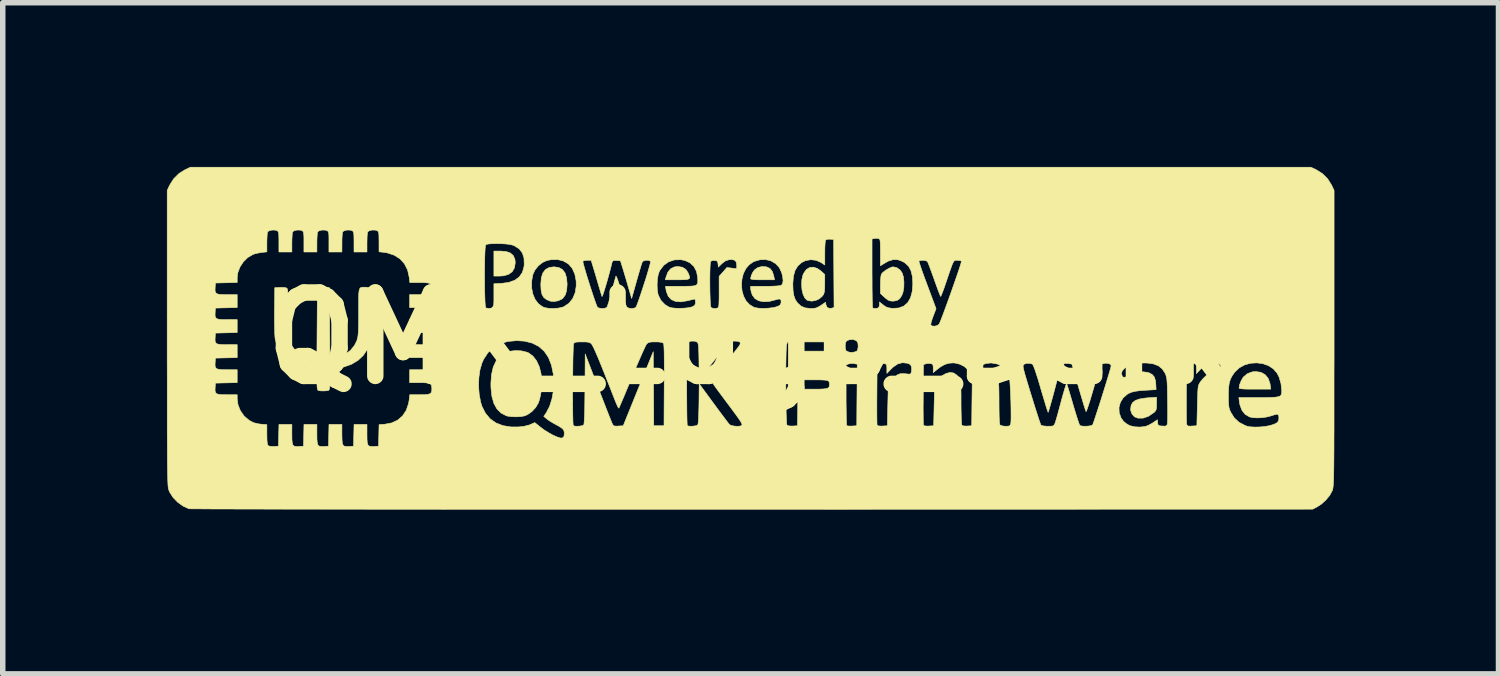
<source format=kicad_pcb>
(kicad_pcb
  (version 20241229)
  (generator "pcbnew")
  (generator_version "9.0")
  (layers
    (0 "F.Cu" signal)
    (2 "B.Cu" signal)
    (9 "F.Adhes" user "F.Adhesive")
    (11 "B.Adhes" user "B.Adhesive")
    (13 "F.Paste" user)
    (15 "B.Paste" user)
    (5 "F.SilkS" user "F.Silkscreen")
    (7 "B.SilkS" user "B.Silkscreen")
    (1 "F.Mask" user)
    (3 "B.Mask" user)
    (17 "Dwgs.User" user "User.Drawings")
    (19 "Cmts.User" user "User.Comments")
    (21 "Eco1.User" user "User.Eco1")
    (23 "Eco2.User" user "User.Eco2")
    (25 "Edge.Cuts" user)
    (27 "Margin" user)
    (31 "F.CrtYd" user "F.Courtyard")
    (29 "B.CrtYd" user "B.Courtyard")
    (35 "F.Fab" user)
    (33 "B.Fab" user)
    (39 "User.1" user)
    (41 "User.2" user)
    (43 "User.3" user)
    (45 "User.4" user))
  (footprint "QMK_Logo_Dark"
    (layer "F.Cu")
    (at 10.665 3.129)
    (property "Reference" "QMK_Logo_Dark" (at 0 0 0) (layer "F.SilkS") (effects (font (size 1.524 1.524) (thickness 0.3))))
    (attr through_hole)
    (fp_poly (pts (xy -4.465 -1.583) (xy -4.387 -1.554) (xy -4.334 -1.506) (xy -4.306 -1.436) (xy -4.301 -1.377) (xy -4.315 -1.286) (xy -4.355 -1.216) (xy -4.421 -1.167) (xy -4.512 -1.14) (xy -4.585 -1.135) (xy -4.691 -1.135) (xy -4.691 -1.592) (xy -4.571 -1.592) (xy -4.465 -1.583)) (stroke (width 0.01) (type solid)) (fill yes) (layer "F.SilkS"))
    (fp_poly (pts (xy -1.246 -1.296) (xy -1.182 -1.255) (xy -1.142 -1.193) (xy -1.122 -1.144) (xy -1.114 -1.11) (xy -1.122 -1.088) (xy -1.149 -1.075) (xy -1.199 -1.069) (xy -1.277 -1.067) (xy -1.338 -1.067) (xy -1.559 -1.067) (xy -1.547 -1.113) (xy -1.513 -1.205) (xy -1.462 -1.268) (xy -1.393 -1.302) (xy -1.329 -1.31) (xy -1.246 -1.296)) (stroke (width 0.01) (type solid)) (fill yes) (layer "F.SilkS"))
    (fp_poly (pts (xy 0.291 -1.303) (xy 0.292 -1.303) (xy 0.355 -1.272) (xy 0.398 -1.216) (xy 0.423 -1.134) (xy 0.436 -1.067) (xy 0.218 -1.067) (xy 0.126 -1.067) (xy 0.063 -1.07) (xy 0.025 -1.074) (xy 0.005 -1.081) (xy 0 -1.091) (xy 0.011 -1.143) (xy 0.038 -1.202) (xy 0.072 -1.249) (xy 0.133 -1.291) (xy 0.21 -1.31) (xy 0.291 -1.303)) (stroke (width 0.01) (type solid)) (fill yes) (layer "F.SilkS"))
    (fp_poly (pts (xy 7.417 1.198) (xy 7.416 1.262) (xy 7.41 1.302) (xy 7.398 1.329) (xy 7.374 1.354) (xy 7.364 1.362) (xy 7.266 1.428) (xy 7.168 1.461) (xy 7.075 1.461) (xy 7.013 1.436) (xy 6.968 1.386) (xy 6.944 1.32) (xy 6.943 1.297) (xy 6.951 1.229) (xy 6.979 1.176) (xy 7.029 1.138) (xy 7.105 1.111) (xy 7.21 1.094) (xy 7.264 1.089) (xy 7.417 1.079) (xy 7.417 1.198)) (stroke (width 0.01) (type solid)) (fill yes) (layer "F.SilkS"))
    (fp_poly (pts (xy 9.324 0.624) (xy 9.4 0.666) (xy 9.456 0.734) (xy 9.489 0.827) (xy 9.493 0.853) (xy 9.504 0.931) (xy 9.214 0.931) (xy 9.103 0.931) (xy 9.021 0.929) (xy 8.967 0.925) (xy 8.936 0.92) (xy 8.924 0.912) (xy 8.924 0.91) (xy 8.934 0.85) (xy 8.961 0.781) (xy 8.996 0.72) (xy 9.004 0.709) (xy 9.077 0.648) (xy 9.167 0.615) (xy 9.23 0.61) (xy 9.324 0.624)) (stroke (width 0.01) (type solid)) (fill yes) (layer "F.SilkS"))
    (fp_poly (pts (xy -3.505 -1.291) (xy -3.438 -1.254) (xy -3.39 -1.19) (xy -3.362 -1.099) (xy -3.353 -0.985) (xy -3.361 -0.876) (xy -3.385 -0.793) (xy -3.428 -0.733) (xy -3.452 -0.713) (xy -3.518 -0.683) (xy -3.594 -0.67) (xy -3.659 -0.676) (xy -3.73 -0.705) (xy -3.781 -0.745) (xy -3.813 -0.801) (xy -3.829 -0.879) (xy -3.834 -0.982) (xy -3.825 -1.1) (xy -3.797 -1.191) (xy -3.749 -1.254) (xy -3.681 -1.292) (xy -3.593 -1.304) (xy -3.505 -1.291)) (stroke (width 0.01) (type solid)) (fill yes) (layer "F.SilkS"))
    (fp_poly (pts (xy 1.222 -1.273) (xy 1.288 -1.225) (xy 1.355 -1.164) (xy 1.354 -0.993) (xy 1.353 -0.906) (xy 1.347 -0.845) (xy 1.334 -0.802) (xy 1.31 -0.768) (xy 1.273 -0.735) (xy 1.251 -0.718) (xy 1.189 -0.689) (xy 1.118 -0.677) (xy 1.051 -0.686) (xy 1.027 -0.697) (xy 0.988 -0.737) (xy 0.958 -0.802) (xy 0.938 -0.884) (xy 0.931 -0.974) (xy 0.935 -1.065) (xy 0.953 -1.147) (xy 0.969 -1.186) (xy 1.018 -1.255) (xy 1.079 -1.292) (xy 1.148 -1.298) (xy 1.222 -1.273)) (stroke (width 0.01) (type solid)) (fill yes) (layer "F.SilkS"))
    (fp_poly (pts (xy 2.672 -1.288) (xy 2.732 -1.244) (xy 2.769 -1.19) (xy 2.792 -1.117) (xy 2.801 -1.025) (xy 2.799 -0.929) (xy 2.784 -0.84) (xy 2.763 -0.784) (xy 2.725 -0.724) (xy 2.68 -0.691) (xy 2.62 -0.678) (xy 2.592 -0.677) (xy 2.546 -0.682) (xy 2.507 -0.698) (xy 2.461 -0.734) (xy 2.446 -0.747) (xy 2.371 -0.817) (xy 2.371 -0.977) (xy 2.373 -1.051) (xy 2.378 -1.115) (xy 2.385 -1.159) (xy 2.389 -1.171) (xy 2.418 -1.204) (xy 2.467 -1.241) (xy 2.523 -1.275) (xy 2.575 -1.298) (xy 2.603 -1.304) (xy 2.672 -1.288)) (stroke (width 0.01) (type solid)) (fill yes) (layer "F.SilkS"))
    (fp_poly (pts (xy -4.186 0.232) (xy -4.089 0.256) (xy -4.061 0.267) (xy -3.979 0.326) (xy -3.912 0.412) (xy -3.861 0.522) (xy -3.829 0.65) (xy -3.816 0.794) (xy -3.824 0.95) (xy -3.825 0.961) (xy -3.839 1.04) (xy -3.857 1.119) (xy -3.878 1.181) (xy -3.88 1.186) (xy -3.928 1.267) (xy -3.996 1.34) (xy -4.073 1.395) (xy -4.128 1.419) (xy -4.197 1.432) (xy -4.282 1.437) (xy -4.368 1.434) (xy -4.441 1.424) (xy -4.466 1.417) (xy -4.561 1.367) (xy -4.636 1.292) (xy -4.691 1.192) (xy -4.727 1.066) (xy -4.744 0.912) (xy -4.746 0.83) (xy -4.735 0.667) (xy -4.703 0.528) (xy -4.65 0.414) (xy -4.577 0.326) (xy -4.493 0.269) (xy -4.401 0.239) (xy -4.295 0.226) (xy -4.186 0.232)) (stroke (width 0.01) (type solid)) (fill yes) (layer "F.SilkS"))
    (fp_poly (pts (xy -7.028 -0.931) (xy -6.965 -0.925) (xy -6.928 -0.908) (xy -6.926 -0.906) (xy -6.918 -0.88) (xy -6.913 -0.826) (xy -6.91 -0.748) (xy -6.909 -0.654) (xy -6.91 -0.547) (xy -6.912 -0.434) (xy -6.916 -0.319) (xy -6.921 -0.209) (xy -6.927 -0.109) (xy -6.934 -0.024) (xy -6.942 0.041) (xy -6.95 0.075) (xy -7.005 0.207) (xy -7.078 0.316) (xy -7.173 0.405) (xy -7.29 0.475) (xy -7.434 0.527) (xy -7.606 0.565) (xy -7.624 0.568) (xy -7.688 0.577) (xy -7.688 0.761) (xy -7.689 0.844) (xy -7.691 0.9) (xy -7.697 0.933) (xy -7.707 0.95) (xy -7.715 0.955) (xy -7.751 0.961) (xy -7.805 0.964) (xy -7.86 0.962) (xy -7.9 0.955) (xy -7.904 0.954) (xy -7.914 0.938) (xy -7.921 0.896) (xy -7.924 0.827) (xy -7.925 0.761) (xy -7.925 0.577) (xy -7.988 0.568) (xy -8.133 0.543) (xy -8.249 0.515) (xy -8.344 0.48) (xy -8.423 0.436) (xy -8.492 0.381) (xy -8.514 0.36) (xy -8.593 0.259) (xy -8.654 0.135) (xy -8.687 0.014) (xy -8.692 -0.029) (xy -8.696 -0.101) (xy -8.698 -0.194) (xy -8.7 -0.304) (xy -8.7 -0.424) (xy -8.7 -0.501) (xy -8.695 -0.923) (xy -8.596 -0.928) (xy -8.533 -0.928) (xy -8.488 -0.92) (xy -8.474 -0.913) (xy -8.466 -0.901) (xy -8.46 -0.877) (xy -8.456 -0.837) (xy -8.453 -0.777) (xy -8.451 -0.694) (xy -8.45 -0.584) (xy -8.45 -0.464) (xy -8.449 -0.314) (xy -8.447 -0.194) (xy -8.443 -0.098) (xy -8.436 -0.022) (xy -8.425 0.037) (xy -8.409 0.086) (xy -8.389 0.128) (xy -8.362 0.167) (xy -8.345 0.19) (xy -8.28 0.25) (xy -8.192 0.301) (xy -8.093 0.337) (xy -8.02 0.351) (xy -7.925 0.36) (xy -7.916 -0.923) (xy -7.696 -0.923) (xy -7.692 -0.284) (xy -7.687 0.356) (xy -7.631 0.356) (xy -7.516 0.339) (xy -7.408 0.294) (xy -7.313 0.224) (xy -7.239 0.134) (xy -7.196 0.047) (xy -7.186 0.014) (xy -7.178 -0.021) (xy -7.172 -0.062) (xy -7.168 -0.114) (xy -7.165 -0.183) (xy -7.164 -0.272) (xy -7.163 -0.388) (xy -7.163 -0.48) (xy -7.163 -0.616) (xy -7.163 -0.721) (xy -7.161 -0.8) (xy -7.156 -0.856) (xy -7.147 -0.894) (xy -7.134 -0.917) (xy -7.114 -0.928) (xy -7.087 -0.932) (xy -7.052 -0.932) (xy -7.028 -0.931)) (stroke (width 0.01) (type solid)) (fill yes) (layer "F.SilkS"))
    (fp_poly (pts (xy 10.332 -3.079) (xy 10.447 -3.007) (xy 10.544 -2.91) (xy 10.615 -2.797) (xy 10.66 -2.701) (xy 10.66 0) (xy 10.66 0.354) (xy 10.659 0.676) (xy 10.659 0.967) (xy 10.659 1.229) (xy 10.659 1.464) (xy 10.659 1.672) (xy 10.658 1.857) (xy 10.658 2.019) (xy 10.657 2.159) (xy 10.656 2.28) (xy 10.655 2.384) (xy 10.653 2.471) (xy 10.652 2.543) (xy 10.65 2.602) (xy 10.648 2.649) (xy 10.645 2.687) (xy 10.642 2.716) (xy 10.639 2.739) (xy 10.636 2.757) (xy 10.632 2.771) (xy 10.628 2.783) (xy 10.627 2.785) (xy 10.581 2.871) (xy 10.511 2.956) (xy 10.428 3.032) (xy 10.355 3.079) (xy 10.27 3.124) (xy 0.025 3.127) (xy -0.562 3.127) (xy -1.142 3.127) (xy -1.712 3.127) (xy -2.273 3.127) (xy -2.822 3.127) (xy -3.359 3.127) (xy -3.883 3.127) (xy -4.393 3.127) (xy -4.888 3.127) (xy -5.368 3.127) (xy -5.831 3.126) (xy -6.276 3.126) (xy -6.703 3.126) (xy -7.111 3.125) (xy -7.498 3.125) (xy -7.864 3.124) (xy -8.207 3.124) (xy -8.528 3.124) (xy -8.824 3.123) (xy -9.095 3.122) (xy -9.341 3.122) (xy -9.559 3.121) (xy -9.75 3.121) (xy -9.912 3.12) (xy -10.045 3.119) (xy -10.146 3.119) (xy -10.217 3.118) (xy -10.255 3.117) (xy -10.262 3.117) (xy -10.369 3.069) (xy -10.469 2.997) (xy -10.554 2.909) (xy -10.616 2.811) (xy -10.627 2.785) (xy -10.631 2.773) (xy -10.635 2.76) (xy -10.639 2.743) (xy -10.642 2.722) (xy -10.645 2.694) (xy -10.647 2.658) (xy -10.649 2.613) (xy -10.651 2.556) (xy -10.653 2.487) (xy -10.654 2.403) (xy -10.656 2.304) (xy -10.657 2.186) (xy -10.657 2.05) (xy -10.658 1.893) (xy -10.659 1.714) (xy -10.659 1.51) (xy -10.659 1.281) (xy -10.659 1.025) (xy -10.659 0.74) (xy -10.66 0.425) (xy -10.66 0.078) (xy -10.66 -0.873) (xy -9.786 -0.873) (xy -9.778 -0.837) (xy -9.758 -0.815) (xy -9.718 -0.802) (xy -9.655 -0.797) (xy -9.565 -0.796) (xy -9.381 -0.796) (xy -9.381 -0.56) (xy -9.779 -0.55) (xy -9.784 -0.469) (xy -9.786 -0.416) (xy -9.778 -0.38) (xy -9.758 -0.358) (xy -9.718 -0.345) (xy -9.655 -0.34) (xy -9.565 -0.339) (xy -9.381 -0.339) (xy -9.381 -0.103) (xy -9.779 -0.093) (xy -9.784 -0.011) (xy -9.786 0.041) (xy -9.778 0.077) (xy -9.758 0.1) (xy -9.718 0.112) (xy -9.655 0.117) (xy -9.565 0.119) (xy -9.381 0.119) (xy -9.381 0.355) (xy -9.779 0.364) (xy -9.784 0.446) (xy -9.786 0.498) (xy -9.778 0.534) (xy -9.758 0.557) (xy -9.718 0.569) (xy -9.655 0.575) (xy -9.565 0.576) (xy -9.381 0.576) (xy -9.381 0.812) (xy -9.779 0.821) (xy -9.784 0.903) (xy -9.786 0.955) (xy -9.778 0.991) (xy -9.758 1.014) (xy -9.718 1.027) (xy -9.655 1.032) (xy -9.565 1.033) (xy -9.381 1.033) (xy -9.381 1.108) (xy -9.366 1.217) (xy -9.324 1.323) (xy -9.26 1.415) (xy -9.242 1.434) (xy -9.161 1.502) (xy -9.081 1.544) (xy -8.989 1.566) (xy -8.946 1.571) (xy -8.839 1.579) (xy -8.839 1.76) (xy -8.837 1.859) (xy -8.831 1.925) (xy -8.82 1.959) (xy -8.818 1.962) (xy -8.787 1.974) (xy -8.732 1.978) (xy -8.712 1.978) (xy -8.628 1.973) (xy -8.618 1.575) (xy -8.382 1.575) (xy -8.382 1.759) (xy -8.381 1.85) (xy -8.375 1.913) (xy -8.363 1.952) (xy -8.34 1.972) (xy -8.303 1.979) (xy -8.252 1.978) (xy -8.17 1.973) (xy -8.161 1.575) (xy -7.925 1.575) (xy -7.925 1.759) (xy -7.924 1.85) (xy -7.918 1.913) (xy -7.906 1.952) (xy -7.883 1.972) (xy -7.846 1.979) (xy -7.795 1.978) (xy -7.713 1.973) (xy -7.704 1.575) (xy -7.468 1.575) (xy -7.468 1.759) (xy -7.466 1.85) (xy -7.461 1.913) (xy -7.448 1.952) (xy -7.425 1.972) (xy -7.389 1.979) (xy -7.338 1.978) (xy -7.256 1.973) (xy -7.246 1.575) (xy -7.01 1.575) (xy -7.01 1.759) (xy -7.009 1.85) (xy -7.004 1.913) (xy -6.991 1.952) (xy -6.968 1.972) (xy -6.932 1.979) (xy -6.88 1.978) (xy -6.799 1.973) (xy -6.794 1.776) (xy -6.789 1.579) (xy -6.684 1.572) (xy -6.558 1.548) (xy -6.449 1.497) (xy -6.36 1.42) (xy -6.293 1.319) (xy -6.251 1.196) (xy -6.239 1.13) (xy -6.228 1.033) (xy -6.044 1.033) (xy -5.954 1.032) (xy -5.893 1.026) (xy -5.855 1.013) (xy -5.834 0.991) (xy -5.826 0.956) (xy -5.825 0.923) (xy -5.828 0.878) (xy -4.971 0.878) (xy -4.959 1.031) (xy -4.932 1.172) (xy -4.909 1.246) (xy -4.845 1.372) (xy -4.76 1.473) (xy -4.652 1.549) (xy -4.524 1.598) (xy -4.375 1.622) (xy -4.244 1.622) (xy -4.136 1.609) (xy -4.048 1.587) (xy -4.024 1.577) (xy -3.944 1.542) (xy -3.841 1.625) (xy -3.77 1.678) (xy -3.691 1.727) (xy -3.612 1.771) (xy -3.54 1.803) (xy -3.482 1.822) (xy -3.454 1.825) (xy -3.421 1.813) (xy -3.408 1.78) (xy -3.407 1.772) (xy -3.405 1.719) (xy -3.416 1.679) (xy -3.447 1.645) (xy -3.501 1.61) (xy -3.543 1.587) (xy -3.61 1.55) (xy -3.673 1.512) (xy -3.719 1.48) (xy -3.723 1.476) (xy -3.78 1.429) (xy -3.736 1.365) (xy -3.675 1.25) (xy -3.631 1.112) (xy -3.611 1.002) (xy -3.252 1.002) (xy -3.252 1.135) (xy -3.251 1.259) (xy -3.25 1.37) (xy -3.248 1.464) (xy -3.246 1.536) (xy -3.243 1.582) (xy -3.24 1.597) (xy -3.213 1.607) (xy -3.166 1.609) (xy -3.114 1.605) (xy -3.071 1.597) (xy -3.05 1.586) (xy -3.045 1.564) (xy -3.04 1.513) (xy -3.036 1.431) (xy -3.032 1.318) (xy -3.03 1.174) (xy -3.028 0.996) (xy -3.027 0.926) (xy -3.023 0.288) (xy -2.787 0.902) (xy -2.734 1.04) (xy -2.683 1.17) (xy -2.638 1.287) (xy -2.598 1.389) (xy -2.565 1.471) (xy -2.542 1.529) (xy -2.529 1.561) (xy -2.528 1.563) (xy -2.511 1.591) (xy -2.49 1.604) (xy -2.453 1.607) (xy -2.416 1.605) (xy -2.328 1.6) (xy -2.054 0.923) (xy -1.779 0.246) (xy -1.774 0.923) (xy -1.77 1.6) (xy -1.583 1.6) (xy -1.579 0.857) (xy -1.579 0.813) (xy -1.168 0.813) (xy -1.168 0.836) (xy -1.168 0.992) (xy -1.167 1.138) (xy -1.166 1.27) (xy -1.165 1.384) (xy -1.163 1.477) (xy -1.161 1.546) (xy -1.159 1.587) (xy -1.157 1.597) (xy -1.13 1.607) (xy -1.084 1.609) (xy -1.032 1.605) (xy -0.988 1.597) (xy -0.968 1.586) (xy -0.96 1.56) (xy -0.954 1.502) (xy -0.95 1.413) (xy -0.946 1.296) (xy -0.944 1.198) (xy -0.94 0.833) (xy -0.677 1.191) (xy -0.605 1.289) (xy -0.539 1.378) (xy -0.48 1.456) (xy -0.433 1.519) (xy -0.4 1.561) (xy -0.385 1.579) (xy -0.354 1.595) (xy -0.304 1.605) (xy -0.249 1.61) (xy -0.199 1.607) (xy -0.166 1.597) (xy -0.161 1.592) (xy -0.158 1.582) (xy -0.16 1.568) (xy -0.169 1.547) (xy -0.187 1.516) (xy -0.217 1.471) (xy -0.26 1.411) (xy -0.318 1.332) (xy -0.393 1.231) (xy -0.462 1.139) (xy -0.543 1.03) (xy -0.606 0.945) (xy -0.653 0.88) (xy -0.685 0.833) (xy -0.704 0.799) (xy -0.713 0.776) (xy -0.714 0.762) (xy 0.642 0.762) (xy 0.643 0.9) (xy 0.644 1.037) (xy 0.645 1.168) (xy 0.647 1.288) (xy 0.65 1.394) (xy 0.654 1.481) (xy 0.657 1.546) (xy 0.662 1.582) (xy 0.665 1.589) (xy 0.696 1.602) (xy 0.751 1.606) (xy 0.77 1.605) (xy 0.855 1.6) (xy 0.86 1.266) (xy 0.864 0.931) (xy 1.132 0.931) (xy 1.241 0.931) (xy 1.321 0.928) (xy 1.376 0.922) (xy 1.411 0.912) (xy 1.43 0.897) (xy 1.438 0.874) (xy 1.439 0.853) (xy 1.439 0.82) (xy 1.433 0.797) (xy 1.419 0.78) (xy 1.39 0.77) (xy 1.343 0.765) (xy 1.272 0.762) (xy 1.174 0.762) (xy 1.141 0.762) (xy 0.864 0.762) (xy 0.864 0.49) (xy 1.744 0.49) (xy 1.744 1.038) (xy 1.744 1.171) (xy 1.746 1.293) (xy 1.747 1.4) (xy 1.749 1.488) (xy 1.752 1.553) (xy 1.754 1.591) (xy 1.756 1.598) (xy 1.779 1.604) (xy 1.823 1.606) (xy 1.854 1.605) (xy 1.939 1.6) (xy 1.941 1.28) (xy 2.306 1.28) (xy 2.306 1.388) (xy 2.307 1.476) (xy 2.308 1.542) (xy 2.31 1.58) (xy 2.311 1.588) (xy 2.331 1.602) (xy 2.379 1.606) (xy 2.409 1.605) (xy 2.498 1.6) (xy 2.505 1.28) (xy 3.152 1.28) (xy 3.153 1.388) (xy 3.154 1.476) (xy 3.155 1.542) (xy 3.157 1.58) (xy 3.158 1.588) (xy 3.178 1.602) (xy 3.226 1.606) (xy 3.255 1.605) (xy 3.344 1.6) (xy 3.353 1.208) (xy 3.356 1.083) (xy 3.358 0.987) (xy 3.361 0.916) (xy 3.365 0.865) (xy 3.37 0.83) (xy 3.377 0.806) (xy 3.387 0.789) (xy 3.4 0.774) (xy 3.404 0.769) (xy 3.487 0.693) (xy 3.569 0.645) (xy 3.645 0.626) (xy 3.713 0.637) (xy 3.771 0.678) (xy 3.81 0.736) (xy 3.821 0.762) (xy 3.829 0.79) (xy 3.835 0.825) (xy 3.84 0.872) (xy 3.842 0.937) (xy 3.844 1.024) (xy 3.844 1.138) (xy 3.844 1.186) (xy 3.845 1.297) (xy 3.847 1.398) (xy 3.849 1.482) (xy 3.853 1.545) (xy 3.857 1.582) (xy 3.858 1.589) (xy 3.887 1.603) (xy 3.947 1.606) (xy 3.956 1.605) (xy 4.039 1.6) (xy 4.043 1.218) (xy 4.048 0.835) (xy 4.108 0.764) (xy 4.183 0.693) (xy 4.261 0.648) (xy 4.337 0.63) (xy 4.407 0.638) (xy 4.467 0.673) (xy 4.51 0.734) (xy 4.52 0.759) (xy 4.527 0.791) (xy 4.532 0.836) (xy 4.535 0.898) (xy 4.537 0.981) (xy 4.538 1.091) (xy 4.538 1.18) (xy 4.539 1.319) (xy 4.541 1.426) (xy 4.544 1.504) (xy 4.549 1.556) (xy 4.555 1.583) (xy 4.558 1.588) (xy 4.587 1.6) (xy 4.634 1.608) (xy 4.66 1.609) (xy 4.71 1.607) (xy 4.736 1.598) (xy 4.748 1.577) (xy 4.752 1.565) (xy 4.756 1.529) (xy 4.758 1.465) (xy 4.758 1.38) (xy 4.757 1.281) (xy 4.755 1.172) (xy 4.751 1.061) (xy 4.746 0.954) (xy 4.741 0.857) (xy 4.735 0.776) (xy 4.729 0.718) (xy 4.723 0.691) (xy 4.674 0.593) (xy 4.602 0.52) (xy 4.561 0.499) (xy 4.978 0.499) (xy 4.979 0.52) (xy 4.984 0.553) (xy 4.995 0.6) (xy 5.013 0.666) (xy 5.039 0.754) (xy 5.073 0.867) (xy 5.116 1.008) (xy 5.124 1.033) (xy 5.164 1.162) (xy 5.201 1.281) (xy 5.235 1.386) (xy 5.263 1.473) (xy 5.285 1.538) (xy 5.3 1.578) (xy 5.304 1.587) (xy 5.332 1.6) (xy 5.386 1.607) (xy 5.43 1.609) (xy 5.489 1.608) (xy 5.524 1.603) (xy 5.543 1.59) (xy 5.557 1.564) (xy 5.561 1.554) (xy 5.572 1.521) (xy 5.59 1.461) (xy 5.613 1.38) (xy 5.639 1.284) (xy 5.667 1.179) (xy 5.673 1.155) (xy 5.701 1.054) (xy 5.726 0.967) (xy 5.747 0.899) (xy 5.763 0.852) (xy 5.773 0.833) (xy 5.775 0.833) (xy 5.783 0.855) (xy 5.799 0.905) (xy 5.821 0.977) (xy 5.848 1.067) (xy 5.878 1.169) (xy 5.892 1.219) (xy 5.924 1.325) (xy 5.953 1.42) (xy 5.979 1.499) (xy 5.999 1.558) (xy 6.013 1.59) (xy 6.017 1.596) (xy 6.05 1.605) (xy 6.101 1.609) (xy 6.158 1.607) (xy 6.209 1.6) (xy 6.242 1.59) (xy 6.246 1.586) (xy 6.255 1.565) (xy 6.273 1.517) (xy 6.297 1.445) (xy 6.326 1.356) (xy 6.355 1.268) (xy 6.73 1.268) (xy 6.734 1.362) (xy 6.766 1.453) (xy 6.812 1.518) (xy 6.862 1.56) (xy 6.919 1.594) (xy 6.934 1.6) (xy 7.017 1.619) (xy 7.111 1.624) (xy 7.199 1.615) (xy 7.232 1.606) (xy 7.282 1.584) (xy 7.339 1.552) (xy 7.361 1.538) (xy 7.432 1.49) (xy 7.437 1.545) (xy 7.442 1.579) (xy 7.457 1.596) (xy 7.49 1.603) (xy 7.522 1.605) (xy 7.571 1.607) (xy 7.597 1.6) (xy 7.609 1.581) (xy 7.613 1.567) (xy 7.616 1.538) (xy 7.618 1.48) (xy 7.619 1.4) (xy 7.619 1.302) (xy 7.619 1.262) (xy 7.961 1.262) (xy 7.962 1.37) (xy 7.963 1.459) (xy 7.964 1.526) (xy 7.966 1.564) (xy 7.967 1.571) (xy 7.976 1.594) (xy 7.995 1.605) (xy 8.032 1.607) (xy 8.065 1.605) (xy 8.153 1.6) (xy 8.162 1.235) (xy 8.165 1.115) (xy 8.167 1.049) (xy 8.729 1.049) (xy 8.73 1.142) (xy 8.733 1.21) (xy 8.739 1.26) (xy 8.75 1.301) (xy 8.766 1.34) (xy 8.768 1.346) (xy 8.835 1.454) (xy 8.924 1.537) (xy 9.037 1.596) (xy 9.076 1.61) (xy 9.134 1.62) (xy 9.214 1.624) (xy 9.303 1.622) (xy 9.391 1.614) (xy 9.466 1.601) (xy 9.475 1.599) (xy 9.555 1.576) (xy 9.608 1.551) (xy 9.638 1.522) (xy 9.65 1.484) (xy 9.652 1.456) (xy 9.649 1.417) (xy 9.638 1.395) (xy 9.612 1.39) (xy 9.565 1.401) (xy 9.5 1.422) (xy 9.424 1.441) (xy 9.335 1.453) (xy 9.245 1.456) (xy 9.165 1.45) (xy 9.115 1.438) (xy 9.035 1.391) (xy 8.976 1.317) (xy 8.94 1.219) (xy 8.931 1.171) (xy 8.92 1.084) (xy 9.285 1.084) (xy 9.414 1.084) (xy 9.514 1.082) (xy 9.587 1.078) (xy 9.639 1.07) (xy 9.672 1.058) (xy 9.691 1.039) (xy 9.7 1.014) (xy 9.703 0.979) (xy 9.703 0.956) (xy 9.69 0.829) (xy 9.655 0.71) (xy 9.618 0.638) (xy 9.549 0.559) (xy 9.46 0.501) (xy 9.357 0.465) (xy 9.246 0.451) (xy 9.134 0.458) (xy 9.026 0.488) (xy 8.929 0.541) (xy 8.85 0.615) (xy 8.844 0.622) (xy 8.798 0.687) (xy 8.766 0.75) (xy 8.745 0.817) (xy 8.734 0.898) (xy 8.729 1.001) (xy 8.729 1.049) (xy 8.167 1.049) (xy 8.168 1.023) (xy 8.171 0.956) (xy 8.175 0.907) (xy 8.181 0.872) (xy 8.19 0.846) (xy 8.201 0.823) (xy 8.216 0.8) (xy 8.258 0.747) (xy 8.307 0.698) (xy 8.321 0.686) (xy 8.359 0.661) (xy 8.395 0.648) (xy 8.443 0.645) (xy 8.487 0.646) (xy 8.594 0.652) (xy 8.594 0.567) (xy 8.592 0.517) (xy 8.584 0.489) (xy 8.561 0.473) (xy 8.523 0.46) (xy 8.438 0.447) (xy 8.357 0.464) (xy 8.278 0.513) (xy 8.225 0.562) (xy 8.145 0.647) (xy 8.145 0.561) (xy 8.143 0.509) (xy 8.135 0.482) (xy 8.117 0.468) (xy 8.1 0.464) (xy 8.049 0.461) (xy 8.011 0.468) (xy 7.967 0.483) (xy 7.962 1.008) (xy 7.962 1.14) (xy 7.961 1.262) (xy 7.619 1.262) (xy 7.618 1.191) (xy 7.617 1.121) (xy 7.615 0.993) (xy 7.613 0.894) (xy 7.61 0.82) (xy 7.606 0.764) (xy 7.6 0.722) (xy 7.592 0.691) (xy 7.583 0.663) (xy 7.572 0.639) (xy 7.52 0.561) (xy 7.451 0.505) (xy 7.36 0.47) (xy 7.245 0.454) (xy 7.179 0.453) (xy 7.072 0.461) (xy 6.976 0.482) (xy 6.894 0.513) (xy 6.831 0.551) (xy 6.79 0.596) (xy 6.775 0.643) (xy 6.789 0.691) (xy 6.795 0.699) (xy 6.808 0.712) (xy 6.827 0.715) (xy 6.859 0.706) (xy 6.911 0.684) (xy 6.93 0.676) (xy 7.057 0.63) (xy 7.168 0.614) (xy 7.264 0.627) (xy 7.271 0.629) (xy 7.335 0.662) (xy 7.376 0.71) (xy 7.398 0.781) (xy 7.403 0.838) (xy 7.408 0.94) (xy 7.222 0.951) (xy 7.109 0.959) (xy 7.023 0.971) (xy 6.956 0.988) (xy 6.904 1.011) (xy 6.882 1.024) (xy 6.805 1.092) (xy 6.754 1.176) (xy 6.73 1.268) (xy 6.355 1.268) (xy 6.36 1.253) (xy 6.396 1.141) (xy 6.432 1.025) (xy 6.468 0.91) (xy 6.502 0.8) (xy 6.532 0.701) (xy 6.557 0.617) (xy 6.575 0.553) (xy 6.585 0.513) (xy 6.587 0.503) (xy 6.572 0.477) (xy 6.535 0.461) (xy 6.487 0.457) (xy 6.437 0.466) (xy 6.42 0.473) (xy 6.406 0.491) (xy 6.387 0.532) (xy 6.363 0.6) (xy 6.332 0.696) (xy 6.294 0.821) (xy 6.265 0.922) (xy 6.231 1.036) (xy 6.201 1.138) (xy 6.173 1.224) (xy 6.151 1.289) (xy 6.136 1.33) (xy 6.128 1.342) (xy 6.128 1.342) (xy 6.121 1.323) (xy 6.105 1.276) (xy 6.083 1.205) (xy 6.056 1.114) (xy 6.025 1.009) (xy 5.993 0.902) (xy 5.87 0.475) (xy 5.815 0.464) (xy 5.747 0.462) (xy 5.697 0.48) (xy 5.675 0.505) (xy 5.667 0.529) (xy 5.652 0.58) (xy 5.631 0.655) (xy 5.605 0.748) (xy 5.576 0.855) (xy 5.553 0.944) (xy 5.523 1.056) (xy 5.495 1.157) (xy 5.471 1.241) (xy 5.453 1.305) (xy 5.44 1.344) (xy 5.436 1.355) (xy 5.429 1.339) (xy 5.414 1.295) (xy 5.392 1.227) (xy 5.366 1.139) (xy 5.335 1.036) (xy 5.301 0.922) (xy 5.258 0.774) (xy 5.221 0.658) (xy 5.192 0.571) (xy 5.17 0.513) (xy 5.153 0.48) (xy 5.146 0.473) (xy 5.094 0.459) (xy 5.036 0.461) (xy 4.99 0.479) (xy 4.982 0.486) (xy 4.978 0.499) (xy 4.561 0.499) (xy 4.51 0.473) (xy 4.401 0.453) (xy 4.386 0.453) (xy 4.297 0.463) (xy 4.21 0.497) (xy 4.118 0.557) (xy 4.069 0.598) (xy 4.029 0.628) (xy 4.005 0.636) (xy 4.001 0.632) (xy 3.963 0.569) (xy 3.901 0.515) (xy 3.82 0.475) (xy 3.731 0.454) (xy 3.691 0.452) (xy 3.612 0.459) (xy 3.539 0.484) (xy 3.462 0.529) (xy 3.408 0.571) (xy 3.336 0.629) (xy 3.336 0.552) (xy 3.334 0.503) (xy 3.324 0.478) (xy 3.3 0.466) (xy 3.291 0.464) (xy 3.24 0.461) (xy 3.202 0.468) (xy 3.158 0.483) (xy 3.154 1.025) (xy 3.153 1.158) (xy 3.152 1.28) (xy 2.505 1.28) (xy 2.506 1.226) (xy 2.515 0.852) (xy 2.58 0.772) (xy 2.635 0.709) (xy 2.681 0.67) (xy 2.726 0.651) (xy 2.78 0.647) (xy 2.826 0.65) (xy 2.882 0.656) (xy 2.913 0.655) (xy 2.928 0.644) (xy 2.936 0.62) (xy 2.937 0.617) (xy 2.942 0.565) (xy 2.938 0.523) (xy 2.923 0.488) (xy 2.891 0.467) (xy 2.86 0.457) (xy 2.773 0.448) (xy 2.689 0.47) (xy 2.607 0.525) (xy 2.57 0.56) (xy 2.489 0.643) (xy 2.489 0.559) (xy 2.487 0.508) (xy 2.479 0.481) (xy 2.46 0.468) (xy 2.444 0.464) (xy 2.393 0.461) (xy 2.356 0.468) (xy 2.311 0.483) (xy 2.307 1.025) (xy 2.306 1.158) (xy 2.306 1.28) (xy 1.941 1.28) (xy 1.943 1.038) (xy 1.948 0.476) (xy 1.887 0.464) (xy 1.832 0.462) (xy 1.785 0.472) (xy 1.744 0.49) (xy 0.864 0.49) (xy 0.864 0.237) (xy 1.152 0.237) (xy 1.257 0.237) (xy 1.333 0.236) (xy 1.385 0.234) (xy 1.418 0.23) (xy 1.438 0.223) (xy 1.448 0.213) (xy 1.455 0.199) (xy 1.455 0.198) (xy 1.463 0.151) (xy 1.462 0.13) (xy 1.728 0.13) (xy 1.73 0.182) (xy 1.74 0.222) (xy 1.748 0.233) (xy 1.8 0.256) (xy 1.863 0.26) (xy 1.922 0.245) (xy 1.943 0.233) (xy 1.956 0.207) (xy 1.964 0.161) (xy 1.964 0.142) (xy 1.96 0.091) (xy 1.944 0.059) (xy 1.922 0.041) (xy 1.868 0.023) (xy 1.806 0.027) (xy 1.752 0.051) (xy 1.75 0.053) (xy 1.735 0.083) (xy 1.728 0.13) (xy 1.462 0.13) (xy 1.461 0.113) (xy 1.452 0.068) (xy 0.676 0.068) (xy 0.66 0.111) (xy 0.655 0.14) (xy 0.651 0.198) (xy 0.648 0.279) (xy 0.646 0.381) (xy 0.644 0.498) (xy 0.643 0.627) (xy 0.642 0.762) (xy -0.714 0.762) (xy -0.714 0.761) (xy -0.709 0.75) (xy -0.708 0.749) (xy -0.625 0.652) (xy -0.542 0.553) (xy -0.461 0.455) (xy -0.386 0.364) (xy -0.319 0.281) (xy -0.264 0.212) (xy -0.224 0.16) (xy -0.201 0.128) (xy -0.198 0.123) (xy -0.188 0.089) (xy -0.201 0.069) (xy -0.204 0.067) (xy -0.241 0.056) (xy -0.295 0.053) (xy -0.348 0.057) (xy -0.376 0.065) (xy -0.394 0.081) (xy -0.429 0.12) (xy -0.479 0.178) (xy -0.541 0.252) (xy -0.61 0.338) (xy -0.672 0.415) (xy -0.94 0.753) (xy -0.944 0.423) (xy -0.946 0.307) (xy -0.949 0.221) (xy -0.952 0.159) (xy -0.957 0.118) (xy -0.963 0.092) (xy -0.972 0.077) (xy -0.977 0.072) (xy -1.024 0.054) (xy -1.082 0.053) (xy -1.136 0.068) (xy -1.136 0.068) (xy -1.143 0.074) (xy -1.15 0.082) (xy -1.155 0.098) (xy -1.159 0.122) (xy -1.162 0.16) (xy -1.165 0.212) (xy -1.166 0.283) (xy -1.167 0.376) (xy -1.168 0.493) (xy -1.168 0.638) (xy -1.168 0.813) (xy -1.579 0.813) (xy -1.578 0.661) (xy -1.578 0.496) (xy -1.579 0.362) (xy -1.58 0.257) (xy -1.583 0.179) (xy -1.586 0.126) (xy -1.591 0.097) (xy -1.594 0.091) (xy -1.623 0.077) (xy -1.681 0.069) (xy -1.739 0.068) (xy -1.806 0.069) (xy -1.849 0.074) (xy -1.877 0.086) (xy -1.9 0.107) (xy -1.9 0.107) (xy -1.915 0.132) (xy -1.94 0.184) (xy -1.975 0.259) (xy -2.017 0.355) (xy -2.065 0.466) (xy -2.118 0.59) (xy -2.166 0.708) (xy -2.22 0.837) (xy -2.27 0.957) (xy -2.314 1.063) (xy -2.352 1.151) (xy -2.381 1.219) (xy -2.4 1.263) (xy -2.407 1.279) (xy -2.418 1.269) (xy -2.436 1.235) (xy -2.458 1.184) (xy -2.459 1.182) (xy -2.477 1.138) (xy -2.504 1.069) (xy -2.54 0.978) (xy -2.582 0.87) (xy -2.629 0.753) (xy -2.677 0.629) (xy -2.685 0.61) (xy -2.736 0.483) (xy -2.783 0.368) (xy -2.826 0.269) (xy -2.861 0.19) (xy -2.889 0.135) (xy -2.906 0.107) (xy -2.907 0.106) (xy -2.931 0.086) (xy -2.96 0.075) (xy -3.003 0.069) (xy -3.071 0.068) (xy -3.081 0.068) (xy -3.15 0.069) (xy -3.193 0.073) (xy -3.218 0.082) (xy -3.232 0.098) (xy -3.234 0.1) (xy -3.237 0.123) (xy -3.24 0.176) (xy -3.243 0.253) (xy -3.246 0.35) (xy -3.248 0.465) (xy -3.249 0.591) (xy -3.251 0.726) (xy -3.251 0.864) (xy -3.252 1.002) (xy -3.611 1.002) (xy -3.603 0.959) (xy -3.596 0.798) (xy -3.605 0.659) (xy -3.639 0.493) (xy -3.694 0.353) (xy -3.771 0.239) (xy -3.87 0.151) (xy -3.99 0.09) (xy -4.131 0.054) (xy -4.276 0.045) (xy -4.437 0.06) (xy -4.579 0.102) (xy -4.7 0.171) (xy -4.8 0.266) (xy -4.88 0.388) (xy -4.91 0.457) (xy -4.946 0.581) (xy -4.966 0.725) (xy -4.971 0.878) (xy -5.828 0.878) (xy -5.828 0.878) (xy -5.839 0.847) (xy -5.864 0.828) (xy -5.908 0.818) (xy -5.977 0.813) (xy -6.046 0.813) (xy -6.231 0.813) (xy -6.231 0.576) (xy -6.046 0.576) (xy -5.956 0.574) (xy -5.894 0.569) (xy -5.855 0.557) (xy -5.835 0.534) (xy -5.826 0.5) (xy -5.825 0.466) (xy -5.828 0.421) (xy -5.839 0.39) (xy -5.864 0.371) (xy -5.908 0.36) (xy -5.977 0.356) (xy -6.046 0.356) (xy -6.231 0.356) (xy -6.231 0.119) (xy -6.046 0.119) (xy -5.956 0.117) (xy -5.894 0.112) (xy -5.855 0.099) (xy -5.835 0.077) (xy -5.826 0.043) (xy -5.825 0.008) (xy -5.828 -0.037) (xy -5.839 -0.067) (xy -5.864 -0.087) (xy -5.908 -0.097) (xy -5.977 -0.101) (xy -6.046 -0.102) (xy -6.231 -0.102) (xy -6.231 -0.339) (xy -6.046 -0.339) (xy -5.956 -0.34) (xy -5.894 -0.345) (xy -5.855 -0.358) (xy -5.835 -0.38) (xy -5.826 -0.414) (xy -5.825 -0.449) (xy -5.828 -0.494) (xy -5.839 -0.524) (xy -5.864 -0.544) (xy -5.908 -0.554) (xy -5.977 -0.558) (xy -6.046 -0.559) (xy -6.231 -0.559) (xy -6.231 -0.796) (xy -6.046 -0.796) (xy -5.956 -0.797) (xy -5.894 -0.803) (xy -5.855 -0.815) (xy -5.835 -0.837) (xy -5.826 -0.871) (xy -5.825 -0.906) (xy -5.828 -0.951) (xy -5.839 -0.982) (xy -5.864 -1.001) (xy -5.909 -1.011) (xy -5.978 -1.015) (xy -6.044 -1.016) (xy -6.227 -1.016) (xy -6.238 -1.113) (xy -6.24 -1.121) (xy -4.862 -1.121) (xy -4.861 -1) (xy -4.86 -0.885) (xy -4.857 -0.779) (xy -4.854 -0.688) (xy -4.85 -0.617) (xy -4.844 -0.57) (xy -4.839 -0.553) (xy -4.788 -0.544) (xy -4.733 -0.548) (xy -4.717 -0.552) (xy -4.706 -0.561) (xy -4.698 -0.582) (xy -4.694 -0.621) (xy -4.691 -0.682) (xy -4.691 -0.771) (xy -4.691 -0.779) (xy -4.691 -0.995) (xy -4.548 -1.002) (xy -4.415 -1.02) (xy -4.37 -1.037) (xy -4.002 -1.037) (xy -4.001 -0.917) (xy -3.979 -0.806) (xy -3.938 -0.709) (xy -3.878 -0.63) (xy -3.803 -0.575) (xy -3.761 -0.558) (xy -3.687 -0.545) (xy -3.598 -0.543) (xy -3.509 -0.55) (xy -3.433 -0.568) (xy -3.409 -0.577) (xy -3.319 -0.639) (xy -3.251 -0.724) (xy -3.206 -0.831) (xy -3.187 -0.955) (xy -3.188 -1.043) (xy -3.212 -1.17) (xy -3.259 -1.275) (xy -3.328 -1.355) (xy -3.404 -1.401) (xy -3.065 -1.401) (xy -3.06 -1.373) (xy -3.046 -1.319) (xy -3.025 -1.246) (xy -2.999 -1.157) (xy -2.968 -1.059) (xy -2.936 -0.957) (xy -2.903 -0.856) (xy -2.872 -0.762) (xy -2.844 -0.681) (xy -2.821 -0.617) (xy -2.804 -0.575) (xy -2.797 -0.563) (xy -2.76 -0.548) (xy -2.709 -0.543) (xy -2.66 -0.548) (xy -2.628 -0.563) (xy -2.627 -0.564) (xy -2.617 -0.587) (xy -2.6 -0.638) (xy -2.578 -0.708) (xy -2.554 -0.793) (xy -2.54 -0.848) (xy -2.515 -0.939) (xy -2.494 -1.019) (xy -2.476 -1.083) (xy -2.465 -1.124) (xy -2.461 -1.135) (xy -2.454 -1.127) (xy -2.439 -1.092) (xy -2.418 -1.034) (xy -2.394 -0.957) (xy -2.368 -0.872) (xy -2.338 -0.774) (xy -2.31 -0.688) (xy -2.285 -0.621) (xy -2.266 -0.577) (xy -2.256 -0.563) (xy -2.22 -0.548) (xy -2.176 -0.542) (xy -2.13 -0.548) (xy -2.097 -0.563) (xy -2.087 -0.584) (xy -2.068 -0.631) (xy -2.043 -0.7) (xy -2.014 -0.785) (xy -1.982 -0.881) (xy -1.951 -0.977) (xy -1.709 -0.977) (xy -1.705 -0.883) (xy -1.692 -0.803) (xy -1.686 -0.784) (xy -1.639 -0.691) (xy -1.566 -0.614) (xy -1.49 -0.568) (xy -1.438 -0.554) (xy -1.364 -0.547) (xy -1.278 -0.546) (xy -1.192 -0.55) (xy -1.116 -0.56) (xy -1.062 -0.575) (xy -1.058 -0.577) (xy -1.022 -0.601) (xy -1.009 -0.635) (xy -1.008 -0.661) (xy -1.012 -0.701) (xy -1.026 -0.715) (xy -1.033 -0.714) (xy -1.062 -0.707) (xy -1.112 -0.694) (xy -1.159 -0.683) (xy -1.276 -0.664) (xy -1.373 -0.672) (xy -1.45 -0.706) (xy -1.506 -0.767) (xy -1.54 -0.853) (xy -1.546 -0.885) (xy -1.556 -0.948) (xy -1.279 -0.948) (xy -1.168 -0.949) (xy -1.086 -0.951) (xy -1.029 -0.957) (xy -0.993 -0.97) (xy -0.973 -0.992) (xy -0.966 -1.024) (xy -0.966 -1.059) (xy -0.746 -1.059) (xy -0.745 -0.955) (xy -0.744 -0.852) (xy -0.741 -0.756) (xy -0.738 -0.674) (xy -0.733 -0.61) (xy -0.728 -0.571) (xy -0.725 -0.562) (xy -0.687 -0.545) (xy -0.636 -0.544) (xy -0.603 -0.552) (xy -0.593 -0.56) (xy -0.585 -0.579) (xy -0.58 -0.612) (xy -0.578 -0.665) (xy -0.576 -0.743) (xy -0.576 -0.846) (xy -0.576 -0.97) (xy -0.167 -0.97) (xy -0.157 -0.866) (xy -0.129 -0.768) (xy -0.083 -0.681) (xy -0.019 -0.612) (xy 0.061 -0.565) (xy 0.079 -0.559) (xy 0.145 -0.548) (xy 0.23 -0.544) (xy 0.322 -0.548) (xy 0.407 -0.558) (xy 0.466 -0.572) (xy 0.517 -0.592) (xy 0.543 -0.612) (xy 0.554 -0.64) (xy 0.556 -0.65) (xy 0.555 -0.695) (xy 0.537 -0.715) (xy 0.497 -0.713) (xy 0.461 -0.702) (xy 0.343 -0.672) (xy 0.238 -0.666) (xy 0.149 -0.683) (xy 0.079 -0.723) (xy 0.032 -0.785) (xy 0.027 -0.797) (xy 0.01 -0.85) (xy 0.000459 -0.897) (xy 0 -0.906) (xy 0 -0.948) (xy 0.264 -0.948) (xy 0.361 -0.949) (xy 0.445 -0.952) (xy 0.511 -0.957) (xy 0.552 -0.963) (xy 0.56 -0.966) (xy 0.573 -0.982) (xy 0.771 -0.982) (xy 0.775 -0.868) (xy 0.789 -0.78) (xy 0.814 -0.709) (xy 0.854 -0.648) (xy 0.86 -0.641) (xy 0.921 -0.586) (xy 0.996 -0.554) (xy 1.091 -0.543) (xy 1.103 -0.543) (xy 1.165 -0.545) (xy 1.214 -0.559) (xy 1.267 -0.588) (xy 1.284 -0.599) (xy 1.37 -0.657) (xy 1.375 -0.614) (xy 1.394 -0.567) (xy 1.434 -0.545) (xy 1.479 -0.548) (xy 1.524 -0.56) (xy 1.52 -1.181) (xy 1.516 -1.803) (xy 1.45 -1.809) (xy 1.397 -1.807) (xy 1.369 -1.792) (xy 1.364 -1.767) (xy 1.359 -1.716) (xy 1.356 -1.645) (xy 1.355 -1.562) (xy 1.355 -1.553) (xy 1.355 -1.337) (xy 1.284 -1.384) (xy 1.196 -1.423) (xy 1.099 -1.434) (xy 1.003 -1.417) (xy 0.933 -1.383) (xy 0.862 -1.32) (xy 0.812 -1.238) (xy 0.782 -1.133) (xy 0.771 -1.003) (xy 0.771 -0.982) (xy 0.573 -0.982) (xy 0.585 -0.998) (xy 0.593 -1.055) (xy 0.583 -1.134) (xy 0.567 -1.197) (xy 0.524 -1.29) (xy 0.457 -1.362) (xy 0.372 -1.412) (xy 0.275 -1.436) (xy 0.171 -1.433) (xy 0.064 -1.402) (xy 0.055 -1.398) (xy -0.026 -1.343) (xy -0.089 -1.268) (xy -0.134 -1.177) (xy -0.159 -1.076) (xy -0.167 -0.97) (xy -0.576 -0.97) (xy -0.576 -1.13) (xy -0.505 -1.21) (xy -0.434 -1.291) (xy -0.344 -1.28) (xy -0.254 -1.27) (xy -0.254 -1.337) (xy -0.264 -1.394) (xy -0.296 -1.427) (xy -0.351 -1.437) (xy -0.394 -1.434) (xy -0.459 -1.413) (xy -0.522 -1.366) (xy -0.526 -1.362) (xy -0.59 -1.299) (xy -0.596 -1.357) (xy -0.603 -1.396) (xy -0.624 -1.414) (xy -0.659 -1.419) (xy -0.705 -1.417) (xy -0.73 -1.402) (xy -0.736 -1.377) (xy -0.74 -1.324) (xy -0.743 -1.25) (xy -0.745 -1.16) (xy -0.746 -1.059) (xy -0.966 -1.059) (xy -0.966 -1.07) (xy -0.968 -1.109) (xy -0.989 -1.22) (xy -1.037 -1.31) (xy -1.108 -1.377) (xy -1.202 -1.42) (xy -1.275 -1.434) (xy -1.392 -1.431) (xy -1.497 -1.396) (xy -1.586 -1.333) (xy -1.657 -1.241) (xy -1.669 -1.219) (xy -1.69 -1.156) (xy -1.704 -1.071) (xy -1.709 -0.977) (xy -1.951 -0.977) (xy -1.949 -0.983) (xy -1.916 -1.084) (xy -1.887 -1.18) (xy -1.862 -1.265) (xy -1.843 -1.333) (xy -1.831 -1.38) (xy -1.829 -1.396) (xy -1.843 -1.415) (xy -1.877 -1.423) (xy -1.919 -1.422) (xy -1.958 -1.411) (xy -1.979 -1.393) (xy -1.988 -1.368) (xy -2.005 -1.316) (xy -2.027 -1.242) (xy -2.053 -1.153) (xy -2.082 -1.053) (xy -2.084 -1.045) (xy -2.174 -0.726) (xy -2.24 -0.951) (xy -2.267 -1.047) (xy -2.296 -1.143) (xy -2.321 -1.228) (xy -2.341 -1.292) (xy -2.342 -1.295) (xy -2.379 -1.414) (xy -2.451 -1.419) (xy -2.496 -1.42) (xy -2.519 -1.411) (xy -2.531 -1.387) (xy -2.534 -1.377) (xy -2.561 -1.268) (xy -2.59 -1.159) (xy -2.619 -1.055) (xy -2.647 -0.96) (xy -2.672 -0.878) (xy -2.692 -0.815) (xy -2.707 -0.774) (xy -2.715 -0.761) (xy -2.716 -0.762) (xy -2.725 -0.788) (xy -2.74 -0.839) (xy -2.76 -0.906) (xy -2.778 -0.965) (xy -2.805 -1.058) (xy -2.834 -1.157) (xy -2.861 -1.247) (xy -2.872 -1.283) (xy -2.914 -1.422) (xy -2.989 -1.422) (xy -3.042 -1.418) (xy -3.065 -1.405) (xy -3.065 -1.401) (xy -3.404 -1.401) (xy -3.417 -1.409) (xy -3.524 -1.436) (xy -3.647 -1.434) (xy -3.722 -1.419) (xy -3.803 -1.383) (xy -3.879 -1.322) (xy -3.941 -1.245) (xy -3.98 -1.16) (xy -4.002 -1.037) (xy -4.37 -1.037) (xy -4.308 -1.059) (xy -4.227 -1.12) (xy -4.171 -1.201) (xy -4.141 -1.305) (xy -4.137 -1.349) (xy -4.141 -1.464) (xy -4.172 -1.559) (xy -4.23 -1.633) (xy -4.315 -1.687) (xy -4.35 -1.701) (xy -4.398 -1.712) (xy -4.466 -1.721) (xy -4.546 -1.726) (xy -4.629 -1.728) (xy -4.708 -1.727) (xy -4.775 -1.723) (xy -4.823 -1.715) (xy -4.84 -1.707) (xy -4.846 -1.685) (xy -4.851 -1.634) (xy -4.855 -1.559) (xy -4.858 -1.466) (xy -4.86 -1.359) (xy -4.861 -1.242) (xy -4.862 -1.121) (xy -6.24 -1.121) (xy -6.268 -1.246) (xy -6.325 -1.359) (xy -6.406 -1.449) (xy -6.511 -1.516) (xy -6.637 -1.558) (xy -6.693 -1.567) (xy -6.79 -1.579) (xy -6.79 -1.762) (xy -6.791 -1.811) (xy 2.218 -1.811) (xy 2.218 -1.188) (xy 2.219 -1.046) (xy 2.219 -0.914) (xy 2.221 -0.798) (xy 2.222 -0.699) (xy 2.225 -0.623) (xy 2.227 -0.573) (xy 2.229 -0.553) (xy 2.23 -0.553) (xy 2.259 -0.543) (xy 2.303 -0.545) (xy 2.327 -0.552) (xy 2.348 -0.576) (xy 2.354 -0.612) (xy 2.354 -0.662) (xy 2.422 -0.607) (xy 2.469 -0.574) (xy 2.515 -0.556) (xy 2.575 -0.547) (xy 2.597 -0.545) (xy 2.707 -0.552) (xy 2.797 -0.586) (xy 2.869 -0.648) (xy 2.921 -0.737) (xy 2.952 -0.852) (xy 2.963 -0.992) (xy 2.963 -0.998) (xy 2.955 -1.129) (xy 2.929 -1.234) (xy 2.885 -1.315) (xy 2.819 -1.376) (xy 2.778 -1.401) (xy 2.757 -1.409) (xy 3.075 -1.409) (xy 3.079 -1.39) (xy 3.093 -1.344) (xy 3.116 -1.274) (xy 3.147 -1.186) (xy 3.185 -1.083) (xy 3.227 -0.97) (xy 3.228 -0.967) (xy 3.388 -0.539) (xy 3.336 -0.403) (xy 3.313 -0.339) (xy 3.297 -0.284) (xy 3.291 -0.25) (xy 3.292 -0.243) (xy 3.315 -0.224) (xy 3.356 -0.219) (xy 3.4 -0.228) (xy 3.436 -0.249) (xy 3.444 -0.258) (xy 3.457 -0.286) (xy 3.479 -0.339) (xy 3.508 -0.414) (xy 3.542 -0.506) (xy 3.581 -0.612) (xy 3.622 -0.725) (xy 3.664 -0.843) (xy 3.705 -0.96) (xy 3.744 -1.072) (xy 3.78 -1.175) (xy 3.81 -1.264) (xy 3.833 -1.335) (xy 3.847 -1.384) (xy 3.852 -1.406) (xy 3.852 -1.407) (xy 3.83 -1.417) (xy 3.788 -1.422) (xy 3.776 -1.422) (xy 3.755 -1.423) (xy 3.739 -1.422) (xy 3.724 -1.416) (xy 3.711 -1.401) (xy 3.696 -1.374) (xy 3.677 -1.331) (xy 3.655 -1.268) (xy 3.625 -1.183) (xy 3.587 -1.071) (xy 3.564 -1.003) (xy 3.535 -0.919) (xy 3.509 -0.848) (xy 3.488 -0.795) (xy 3.475 -0.766) (xy 3.472 -0.762) (xy 3.464 -0.777) (xy 3.447 -0.82) (xy 3.422 -0.885) (xy 3.392 -0.967) (xy 3.358 -1.061) (xy 3.355 -1.071) (xy 3.32 -1.168) (xy 3.288 -1.255) (xy 3.261 -1.327) (xy 3.241 -1.377) (xy 3.23 -1.401) (xy 3.23 -1.401) (xy 3.204 -1.414) (xy 3.162 -1.421) (xy 3.117 -1.422) (xy 3.083 -1.415) (xy 3.075 -1.409) (xy 2.757 -1.409) (xy 2.69 -1.433) (xy 2.606 -1.436) (xy 2.52 -1.41) (xy 2.467 -1.381) (xy 2.371 -1.323) (xy 2.371 -1.566) (xy 2.37 -1.662) (xy 2.369 -1.729) (xy 2.366 -1.773) (xy 2.361 -1.799) (xy 2.352 -1.813) (xy 2.339 -1.82) (xy 2.336 -1.821) (xy 2.291 -1.825) (xy 2.259 -1.822) (xy 2.218 -1.811) (xy -6.791 -1.811) (xy -6.791 -1.844) (xy -6.793 -1.898) (xy -6.798 -1.932) (xy -6.807 -1.951) (xy -6.822 -1.963) (xy -6.826 -1.966) (xy -6.869 -1.976) (xy -6.921 -1.975) (xy -6.968 -1.963) (xy -6.996 -1.944) (xy -7.002 -1.918) (xy -7.007 -1.867) (xy -7.009 -1.799) (xy -7.01 -1.748) (xy -7.01 -1.575) (xy -7.247 -1.575) (xy -7.247 -1.76) (xy -7.248 -1.842) (xy -7.25 -1.897) (xy -7.255 -1.931) (xy -7.264 -1.951) (xy -7.279 -1.963) (xy -7.284 -1.966) (xy -7.326 -1.976) (xy -7.378 -1.975) (xy -7.425 -1.963) (xy -7.453 -1.944) (xy -7.459 -1.918) (xy -7.464 -1.867) (xy -7.467 -1.799) (xy -7.467 -1.748) (xy -7.468 -1.575) (xy -7.705 -1.575) (xy -7.705 -1.76) (xy -7.705 -1.842) (xy -7.707 -1.897) (xy -7.712 -1.931) (xy -7.721 -1.951) (xy -7.736 -1.963) (xy -7.741 -1.966) (xy -7.783 -1.976) (xy -7.835 -1.975) (xy -7.883 -1.963) (xy -7.91 -1.944) (xy -7.916 -1.918) (xy -7.921 -1.867) (xy -7.924 -1.799) (xy -7.925 -1.748) (xy -7.925 -1.575) (xy -8.162 -1.575) (xy -8.162 -1.76) (xy -8.162 -1.842) (xy -8.165 -1.897) (xy -8.17 -1.931) (xy -8.179 -1.951) (xy -8.193 -1.963) (xy -8.198 -1.966) (xy -8.24 -1.976) (xy -8.292 -1.975) (xy -8.34 -1.963) (xy -8.368 -1.944) (xy -8.374 -1.918) (xy -8.378 -1.867) (xy -8.381 -1.799) (xy -8.382 -1.748) (xy -8.382 -1.575) (xy -8.619 -1.575) (xy -8.619 -1.76) (xy -8.62 -1.842) (xy -8.622 -1.897) (xy -8.627 -1.931) (xy -8.636 -1.951) (xy -8.65 -1.963) (xy -8.655 -1.966) (xy -8.697 -1.976) (xy -8.749 -1.975) (xy -8.797 -1.963) (xy -8.825 -1.944) (xy -8.831 -1.918) (xy -8.835 -1.867) (xy -8.838 -1.799) (xy -8.839 -1.75) (xy -8.839 -1.577) (xy -8.937 -1.566) (xy -9.002 -1.555) (xy -9.063 -1.54) (xy -9.09 -1.531) (xy -9.187 -1.475) (xy -9.269 -1.394) (xy -9.332 -1.298) (xy -9.371 -1.192) (xy -9.381 -1.107) (xy -9.381 -1.017) (xy -9.779 -1.008) (xy -9.784 -0.926) (xy -9.786 -0.873) (xy -10.66 -0.873) (xy -10.66 -2.701) (xy -10.615 -2.797) (xy -10.542 -2.912) (xy -10.445 -3.009) (xy -10.332 -3.079) (xy -10.236 -3.124) (xy 10.236 -3.124) (xy 10.332 -3.079)) (stroke (width 0.01) (type solid)) (fill yes) (layer "F.SilkS")))
  (gr_rect
    (start -3 -3)
    (end 24.329 9.262)
    (stroke (width 0.1) (type default))
    (fill no)
    (layer "Edge.Cuts")))
</source>
